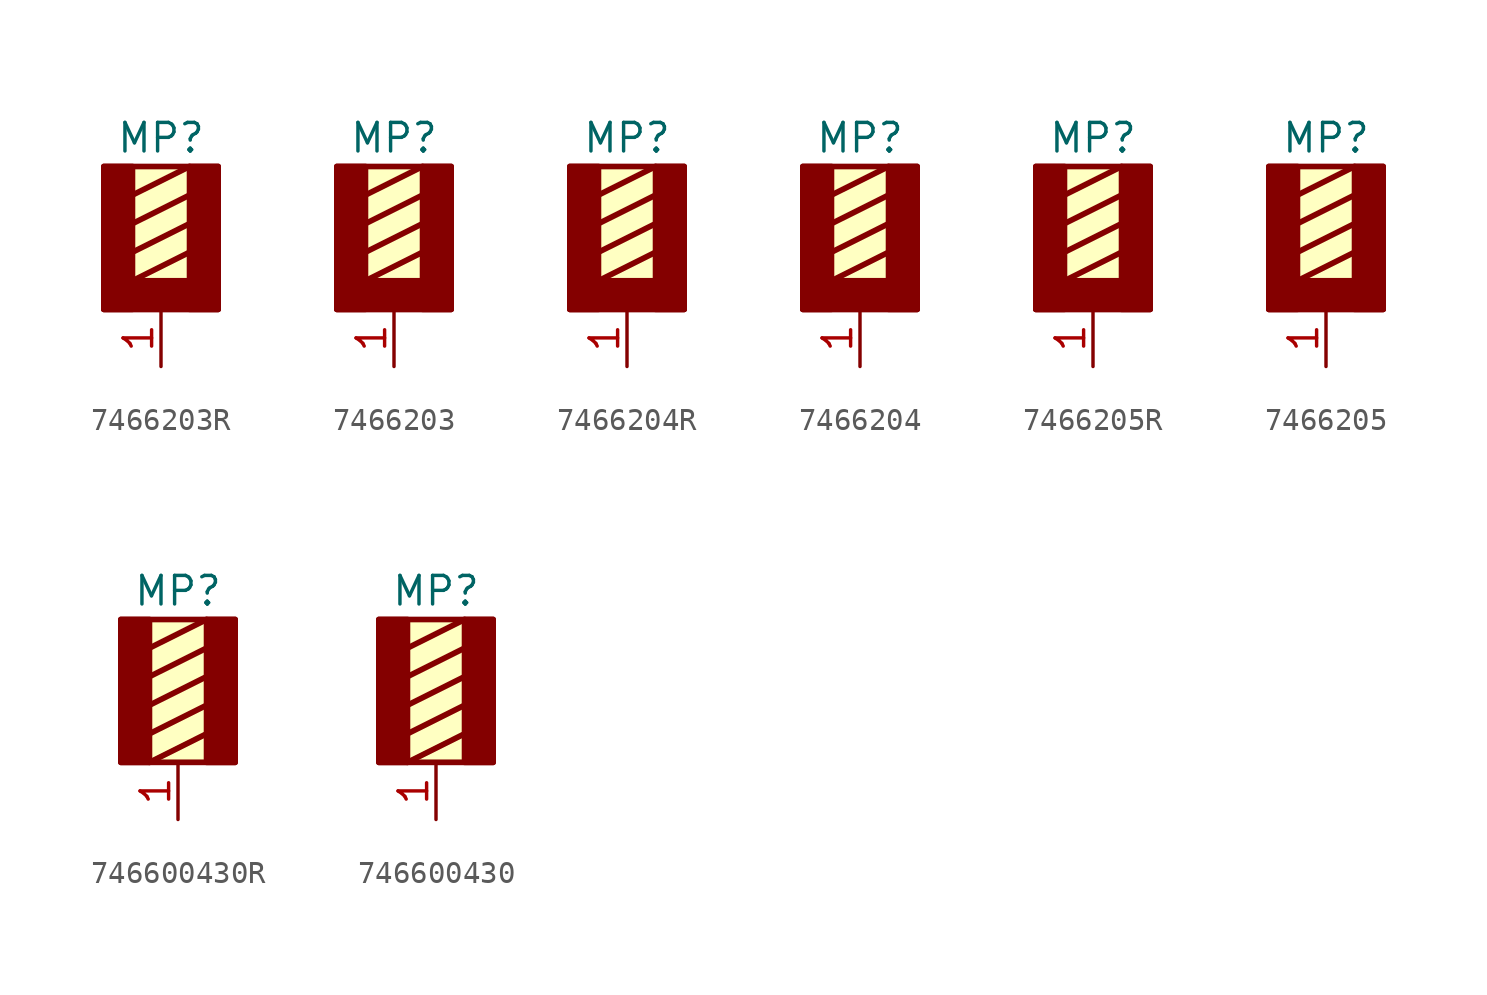
<source format=kicad_sym>
(kicad_symbol_lib
  (version 20220914)
  (generator kicad_symbol_editor)
  (symbol "7466203R"
    (pin_names hide)
    (property "Reference" "MP"
      (at 0 5.08 0)
      (effects (font (size 1.27 1.27))))
    (symbol "7466203R_0_0"
      (rectangle (start -2.54 3.81) (end 2.54 -2.54) (stroke (width 0.254) (type default)) (fill (type background)))
      (polyline (pts (xy -1.27 2.54) (xy 1.27 3.81)) (stroke (width 0.254) (type default)) (fill (type none)))
      (polyline (pts (xy 1.27 0) (xy -1.27 -1.27)) (stroke (width 0.254) (type default)) (fill (type none)))
      (polyline (pts (xy 1.27 1.27) (xy -1.27 0)) (stroke (width 0.254) (type default)) (fill (type none)))
      (polyline (pts (xy 1.27 2.54) (xy -1.27 1.27)) (stroke (width 0.254) (type default)) (fill (type none))))
    (symbol "7466203R_1_0"
      (rectangle (start -2.54 -1.27) (end 2.54 -2.54) (stroke (width 0.254) (type default)) (fill (type outline)))
      (rectangle (start -2.54 3.81) (end -1.27 -2.54) (stroke (width 0.254) (type default)) (fill (type outline)))
      (rectangle (start 1.27 3.81) (end 2.54 -2.54) (stroke (width 0.254) (type default)) (fill (type outline)))
      (pin passive line (at 0 -5.08 90) (length 2.54) (name "1" (effects (font (size 1.27 1.27)))) (number "1" (effects (font (size 1.27 1.27)))))))
  (symbol "7466203"
    (pin_names hide)
    (property "Reference" "MP"
      (at 0 5.08 0)
      (effects (font (size 1.27 1.27))))
    (symbol "7466203_0_0"
      (rectangle (start -2.54 3.81) (end 2.54 -2.54) (stroke (width 0.254) (type default)) (fill (type background)))
      (polyline (pts (xy -1.27 2.54) (xy 1.27 3.81)) (stroke (width 0.254) (type default)) (fill (type none)))
      (polyline (pts (xy 1.27 0) (xy -1.27 -1.27)) (stroke (width 0.254) (type default)) (fill (type none)))
      (polyline (pts (xy 1.27 1.27) (xy -1.27 0)) (stroke (width 0.254) (type default)) (fill (type none)))
      (polyline (pts (xy 1.27 2.54) (xy -1.27 1.27)) (stroke (width 0.254) (type default)) (fill (type none))))
    (symbol "7466203_1_0"
      (rectangle (start -2.54 -1.27) (end 2.54 -2.54) (stroke (width 0.254) (type default)) (fill (type outline)))
      (rectangle (start -2.54 3.81) (end -1.27 -2.54) (stroke (width 0.254) (type default)) (fill (type outline)))
      (rectangle (start 1.27 3.81) (end 2.54 -2.54) (stroke (width 0.254) (type default)) (fill (type outline)))
      (pin passive line (at 0 -5.08 90) (length 2.54) (name "1" (effects (font (size 1.27 1.27)))) (number "1" (effects (font (size 1.27 1.27)))))))
  (symbol "7466204R"
    (pin_names hide)
    (property "Reference" "MP"
      (at 0 5.08 0)
      (effects (font (size 1.27 1.27))))
    (symbol "7466204R_0_0"
      (rectangle (start -2.54 3.81) (end 2.54 -2.54) (stroke (width 0.254) (type default)) (fill (type background)))
      (polyline (pts (xy -1.27 2.54) (xy 1.27 3.81)) (stroke (width 0.254) (type default)) (fill (type none)))
      (polyline (pts (xy 1.27 0) (xy -1.27 -1.27)) (stroke (width 0.254) (type default)) (fill (type none)))
      (polyline (pts (xy 1.27 1.27) (xy -1.27 0)) (stroke (width 0.254) (type default)) (fill (type none)))
      (polyline (pts (xy 1.27 2.54) (xy -1.27 1.27)) (stroke (width 0.254) (type default)) (fill (type none))))
    (symbol "7466204R_1_0"
      (rectangle (start -2.54 -1.27) (end 2.54 -2.54) (stroke (width 0.254) (type default)) (fill (type outline)))
      (rectangle (start -2.54 3.81) (end -1.27 -2.54) (stroke (width 0.254) (type default)) (fill (type outline)))
      (rectangle (start 1.27 3.81) (end 2.54 -2.54) (stroke (width 0.254) (type default)) (fill (type outline)))
      (pin passive line (at 0 -5.08 90) (length 2.54) (name "1" (effects (font (size 1.27 1.27)))) (number "1" (effects (font (size 1.27 1.27)))))))
  (symbol "7466204"
    (pin_names hide)
    (property "Reference" "MP"
      (at 0 5.08 0)
      (effects (font (size 1.27 1.27))))
    (symbol "7466204_0_0"
      (rectangle (start -2.54 3.81) (end 2.54 -2.54) (stroke (width 0.254) (type default)) (fill (type background)))
      (polyline (pts (xy -1.27 2.54) (xy 1.27 3.81)) (stroke (width 0.254) (type default)) (fill (type none)))
      (polyline (pts (xy 1.27 0) (xy -1.27 -1.27)) (stroke (width 0.254) (type default)) (fill (type none)))
      (polyline (pts (xy 1.27 1.27) (xy -1.27 0)) (stroke (width 0.254) (type default)) (fill (type none)))
      (polyline (pts (xy 1.27 2.54) (xy -1.27 1.27)) (stroke (width 0.254) (type default)) (fill (type none))))
    (symbol "7466204_1_0"
      (rectangle (start -2.54 -1.27) (end 2.54 -2.54) (stroke (width 0.254) (type default)) (fill (type outline)))
      (rectangle (start -2.54 3.81) (end -1.27 -2.54) (stroke (width 0.254) (type default)) (fill (type outline)))
      (rectangle (start 1.27 3.81) (end 2.54 -2.54) (stroke (width 0.254) (type default)) (fill (type outline)))
      (pin passive line (at 0 -5.08 90) (length 2.54) (name "1" (effects (font (size 1.27 1.27)))) (number "1" (effects (font (size 1.27 1.27)))))))
  (symbol "7466205R"
    (pin_names hide)
    (property "Reference" "MP"
      (at 0 5.08 0)
      (effects (font (size 1.27 1.27))))
    (symbol "7466205R_0_0"
      (rectangle (start -2.54 3.81) (end 2.54 -2.54) (stroke (width 0.254) (type default)) (fill (type background)))
      (polyline (pts (xy -1.27 2.54) (xy 1.27 3.81)) (stroke (width 0.254) (type default)) (fill (type none)))
      (polyline (pts (xy 1.27 0) (xy -1.27 -1.27)) (stroke (width 0.254) (type default)) (fill (type none)))
      (polyline (pts (xy 1.27 1.27) (xy -1.27 0)) (stroke (width 0.254) (type default)) (fill (type none)))
      (polyline (pts (xy 1.27 2.54) (xy -1.27 1.27)) (stroke (width 0.254) (type default)) (fill (type none))))
    (symbol "7466205R_1_0"
      (rectangle (start -2.54 -1.27) (end 2.54 -2.54) (stroke (width 0.254) (type default)) (fill (type outline)))
      (rectangle (start -2.54 3.81) (end -1.27 -2.54) (stroke (width 0.254) (type default)) (fill (type outline)))
      (rectangle (start 1.27 3.81) (end 2.54 -2.54) (stroke (width 0.254) (type default)) (fill (type outline)))
      (pin passive line (at 0 -5.08 90) (length 2.54) (name "1" (effects (font (size 1.27 1.27)))) (number "1" (effects (font (size 1.27 1.27)))))))
  (symbol "7466205"
    (pin_names hide)
    (property "Reference" "MP"
      (at 0 5.08 0)
      (effects (font (size 1.27 1.27))))
    (symbol "7466205_0_0"
      (rectangle (start -2.54 3.81) (end 2.54 -2.54) (stroke (width 0.254) (type default)) (fill (type background)))
      (polyline (pts (xy -1.27 2.54) (xy 1.27 3.81)) (stroke (width 0.254) (type default)) (fill (type none)))
      (polyline (pts (xy 1.27 0) (xy -1.27 -1.27)) (stroke (width 0.254) (type default)) (fill (type none)))
      (polyline (pts (xy 1.27 1.27) (xy -1.27 0)) (stroke (width 0.254) (type default)) (fill (type none)))
      (polyline (pts (xy 1.27 2.54) (xy -1.27 1.27)) (stroke (width 0.254) (type default)) (fill (type none))))
    (symbol "7466205_1_0"
      (rectangle (start -2.54 -1.27) (end 2.54 -2.54) (stroke (width 0.254) (type default)) (fill (type outline)))
      (rectangle (start -2.54 3.81) (end -1.27 -2.54) (stroke (width 0.254) (type default)) (fill (type outline)))
      (rectangle (start 1.27 3.81) (end 2.54 -2.54) (stroke (width 0.254) (type default)) (fill (type outline)))
      (pin passive line (at 0 -5.08 90) (length 2.54) (name "1" (effects (font (size 1.27 1.27)))) (number "1" (effects (font (size 1.27 1.27)))))))
  (symbol "746600430R"
    (pin_names hide)
    (property "Reference" "MP"
      (at 0 5.08 0)
      (effects (font (size 1.27 1.27))))
    (symbol "746600430R_0_0"
      (rectangle (start -2.54 3.81) (end 2.54 -2.54) (stroke (width 0.254) (type default)) (fill (type background)))
      (polyline (pts (xy -1.27 2.54) (xy 1.27 3.81)) (stroke (width 0.254) (type default)) (fill (type none)))
      (polyline (pts (xy 1.27 -1.27) (xy -1.27 -2.54)) (stroke (width 0.254) (type default)) (fill (type none)))
      (polyline (pts (xy 1.27 0) (xy -1.27 -1.27)) (stroke (width 0.254) (type default)) (fill (type none)))
      (polyline (pts (xy 1.27 1.27) (xy -1.27 0)) (stroke (width 0.254) (type default)) (fill (type none)))
      (polyline (pts (xy 1.27 2.54) (xy -1.27 1.27)) (stroke (width 0.254) (type default)) (fill (type none))))
    (symbol "746600430R_1_0"
      (rectangle (start -2.54 3.81) (end -1.27 -2.54) (stroke (width 0.254) (type default)) (fill (type outline)))
      (rectangle (start 1.27 3.81) (end 2.54 -2.54) (stroke (width 0.254) (type default)) (fill (type outline)))
      (pin passive line (at 0 -5.08 90) (length 2.54) (name "1" (effects (font (size 1.27 1.27)))) (number "1" (effects (font (size 1.27 1.27)))))))
  (symbol "746600430"
    (pin_names hide)
    (property "Reference" "MP"
      (at 0 5.08 0)
      (effects (font (size 1.27 1.27))))
    (symbol "746600430_0_0"
      (rectangle (start -2.54 3.81) (end 2.54 -2.54) (stroke (width 0.254) (type default)) (fill (type background)))
      (polyline (pts (xy -1.27 2.54) (xy 1.27 3.81)) (stroke (width 0.254) (type default)) (fill (type none)))
      (polyline (pts (xy 1.27 -1.27) (xy -1.27 -2.54)) (stroke (width 0.254) (type default)) (fill (type none)))
      (polyline (pts (xy 1.27 0) (xy -1.27 -1.27)) (stroke (width 0.254) (type default)) (fill (type none)))
      (polyline (pts (xy 1.27 1.27) (xy -1.27 0)) (stroke (width 0.254) (type default)) (fill (type none)))
      (polyline (pts (xy 1.27 2.54) (xy -1.27 1.27)) (stroke (width 0.254) (type default)) (fill (type none))))
    (symbol "746600430_1_0"
      (rectangle (start -2.54 3.81) (end -1.27 -2.54) (stroke (width 0.254) (type default)) (fill (type outline)))
      (rectangle (start 1.27 3.81) (end 2.54 -2.54) (stroke (width 0.254) (type default)) (fill (type outline)))
      (pin passive line (at 0 -5.08 90) (length 2.54) (name "1" (effects (font (size 1.27 1.27)))) (number "1" (effects (font (size 1.27 1.27))))))))
</source>
